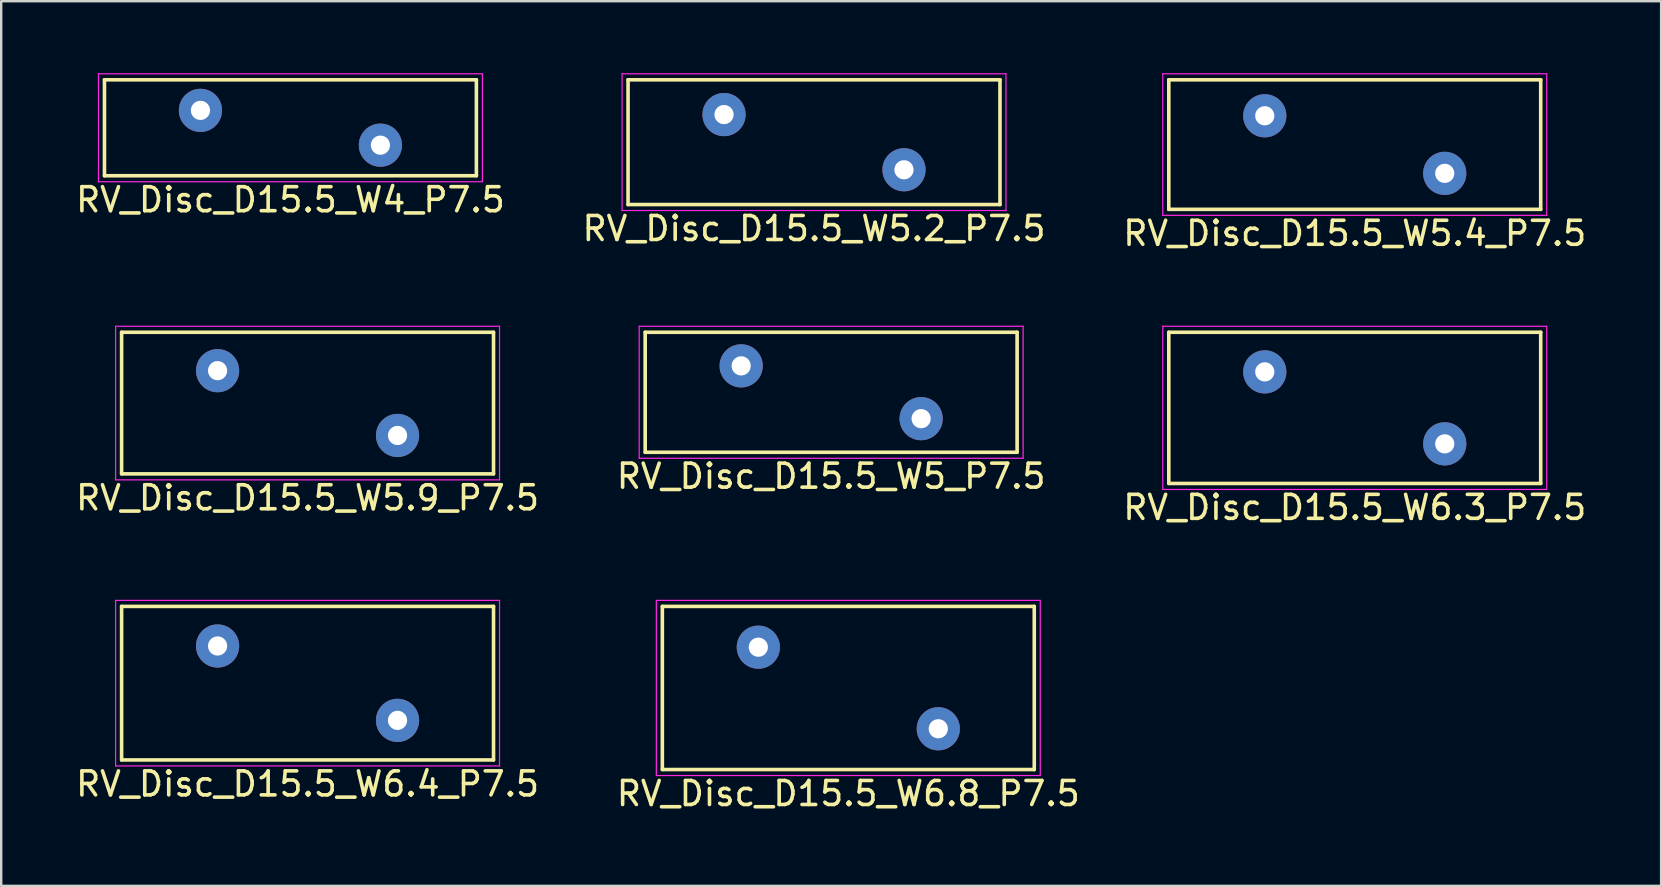
<source format=kicad_pcb>
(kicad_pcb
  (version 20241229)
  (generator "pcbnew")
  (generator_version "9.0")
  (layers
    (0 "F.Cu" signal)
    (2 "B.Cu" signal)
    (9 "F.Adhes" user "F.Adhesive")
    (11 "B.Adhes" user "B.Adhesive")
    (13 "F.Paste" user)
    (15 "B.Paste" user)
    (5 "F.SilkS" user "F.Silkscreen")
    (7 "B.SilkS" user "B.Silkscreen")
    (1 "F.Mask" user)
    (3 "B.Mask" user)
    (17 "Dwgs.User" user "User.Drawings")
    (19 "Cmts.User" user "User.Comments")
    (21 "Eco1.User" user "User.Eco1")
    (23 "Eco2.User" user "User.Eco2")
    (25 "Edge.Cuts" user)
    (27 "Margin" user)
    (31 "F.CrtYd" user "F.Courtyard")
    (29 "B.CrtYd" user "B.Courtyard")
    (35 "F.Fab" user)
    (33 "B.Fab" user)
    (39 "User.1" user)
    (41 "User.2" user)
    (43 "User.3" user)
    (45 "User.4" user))
  (footprint "RV_Disc_D15.5_W5_P7.5"
    (layer "F.Cu")
    (at 27.839 12.198)
    (property "Reference" "RV_Disc_D15.5_W5_P7.5" (at 3.75 4.6 0) (layer "F.SilkS") (effects (font (size 1 1) (thickness 0.15))))
    (attr through_hole)
    (fp_line (start -4 -1.4) (end -4 3.6) (stroke (width 0.15) (type solid)) (layer "F.SilkS"))
    (fp_line (start -4 -1.4) (end 11.5 -1.4) (stroke (width 0.15) (type solid)) (layer "F.SilkS"))
    (fp_line (start -4 3.6) (end 11.5 3.6) (stroke (width 0.15) (type solid)) (layer "F.SilkS"))
    (fp_line (start 11.5 -1.4) (end 11.5 3.6) (stroke (width 0.15) (type solid)) (layer "F.SilkS"))
    (fp_line (start -4.25 -1.65) (end -4.25 3.85) (stroke (width 0.05) (type solid)) (layer "F.CrtYd"))
    (fp_line (start -4.25 -1.65) (end 11.75 -1.65) (stroke (width 0.05) (type solid)) (layer "F.CrtYd"))
    (fp_line (start -4.25 3.85) (end 11.75 3.85) (stroke (width 0.05) (type solid)) (layer "F.CrtYd"))
    (fp_line (start 11.75 -1.65) (end 11.75 3.85) (stroke (width 0.05) (type solid)) (layer "F.CrtYd"))
    (pad "1" thru_hole circle (at 0 0) (size 1.8 1.8) (drill 0.8) (layers "*.Cu" "*.Mask"))
    (pad "2" thru_hole circle (at 7.5 2.2) (size 1.8 1.8) (drill 0.8) (layers "*.Cu" "*.Mask")))
  (footprint "RV_Disc_D15.5_W5.9_P7.5"
    (layer "F.Cu")
    (at 6.018 12.398)
    (property "Reference" "RV_Disc_D15.5_W5.9_P7.5" (at 3.75 5.3 0) (layer "F.SilkS") (effects (font (size 1 1) (thickness 0.15))))
    (attr through_hole)
    (fp_line (start -4 -1.6) (end -4 4.3) (stroke (width 0.15) (type solid)) (layer "F.SilkS"))
    (fp_line (start -4 -1.6) (end 11.5 -1.6) (stroke (width 0.15) (type solid)) (layer "F.SilkS"))
    (fp_line (start -4 4.3) (end 11.5 4.3) (stroke (width 0.15) (type solid)) (layer "F.SilkS"))
    (fp_line (start 11.5 -1.6) (end 11.5 4.3) (stroke (width 0.15) (type solid)) (layer "F.SilkS"))
    (fp_line (start -4.25 -1.85) (end -4.25 4.55) (stroke (width 0.05) (type solid)) (layer "F.CrtYd"))
    (fp_line (start -4.25 -1.85) (end 11.75 -1.85) (stroke (width 0.05) (type solid)) (layer "F.CrtYd"))
    (fp_line (start -4.25 4.55) (end 11.75 4.55) (stroke (width 0.05) (type solid)) (layer "F.CrtYd"))
    (fp_line (start 11.75 -1.85) (end 11.75 4.55) (stroke (width 0.05) (type solid)) (layer "F.CrtYd"))
    (pad "1" thru_hole circle (at 0 0) (size 1.8 1.8) (drill 0.8) (layers "*.Cu" "*.Mask"))
    (pad "2" thru_hole circle (at 7.5 2.7) (size 1.8 1.8) (drill 0.8) (layers "*.Cu" "*.Mask")))
  (footprint "RV_Disc_D15.5_W5.2_P7.5"
    (layer "F.Cu")
    (at 27.125 1.725)
    (property "Reference" "RV_Disc_D15.5_W5.2_P7.5" (at 3.75 4.75 0) (layer "F.SilkS") (effects (font (size 1 1) (thickness 0.15))))
    (attr through_hole)
    (fp_line (start -4 -1.45) (end -4 3.75) (stroke (width 0.15) (type solid)) (layer "F.SilkS"))
    (fp_line (start -4 -1.45) (end 11.5 -1.45) (stroke (width 0.15) (type solid)) (layer "F.SilkS"))
    (fp_line (start -4 3.75) (end 11.5 3.75) (stroke (width 0.15) (type solid)) (layer "F.SilkS"))
    (fp_line (start 11.5 -1.45) (end 11.5 3.75) (stroke (width 0.15) (type solid)) (layer "F.SilkS"))
    (fp_line (start -4.25 -1.7) (end -4.25 4) (stroke (width 0.05) (type solid)) (layer "F.CrtYd"))
    (fp_line (start -4.25 -1.7) (end 11.75 -1.7) (stroke (width 0.05) (type solid)) (layer "F.CrtYd"))
    (fp_line (start -4.25 4) (end 11.75 4) (stroke (width 0.05) (type solid)) (layer "F.CrtYd"))
    (fp_line (start 11.75 -1.7) (end 11.75 4) (stroke (width 0.05) (type solid)) (layer "F.CrtYd"))
    (pad "1" thru_hole circle (at 0 0) (size 1.8 1.8) (drill 0.8) (layers "*.Cu" "*.Mask"))
    (pad "2" thru_hole circle (at 7.5 2.3) (size 1.8 1.8) (drill 0.8) (layers "*.Cu" "*.Mask")))
  (footprint "RV_Disc_D15.5_W4_P7.5"
    (layer "F.Cu")
    (at 5.304 1.55)
    (property "Reference" "RV_Disc_D15.5_W4_P7.5" (at 3.75 3.725 0) (layer "F.SilkS") (effects (font (size 1 1) (thickness 0.15))))
    (attr through_hole)
    (fp_line (start -4 -1.275) (end -4 2.725) (stroke (width 0.15) (type solid)) (layer "F.SilkS"))
    (fp_line (start -4 -1.275) (end 11.5 -1.275) (stroke (width 0.15) (type solid)) (layer "F.SilkS"))
    (fp_line (start -4 2.725) (end 11.5 2.725) (stroke (width 0.15) (type solid)) (layer "F.SilkS"))
    (fp_line (start 11.5 -1.275) (end 11.5 2.725) (stroke (width 0.15) (type solid)) (layer "F.SilkS"))
    (fp_line (start -4.25 -1.525) (end -4.25 2.975) (stroke (width 0.05) (type solid)) (layer "F.CrtYd"))
    (fp_line (start -4.25 -1.525) (end 11.75 -1.525) (stroke (width 0.05) (type solid)) (layer "F.CrtYd"))
    (fp_line (start -4.25 2.975) (end 11.75 2.975) (stroke (width 0.05) (type solid)) (layer "F.CrtYd"))
    (fp_line (start 11.75 -1.525) (end 11.75 2.975) (stroke (width 0.05) (type solid)) (layer "F.CrtYd"))
    (pad "1" thru_hole circle (at 0 0) (size 1.8 1.8) (drill 0.8) (layers "*.Cu" "*.Mask"))
    (pad "2" thru_hole circle (at 7.5 1.45) (size 1.8 1.8) (drill 0.8) (layers "*.Cu" "*.Mask")))
  (footprint "RV_Disc_D15.5_W6.4_P7.5"
    (layer "F.Cu")
    (at 6.018 23.872)
    (property "Reference" "RV_Disc_D15.5_W6.4_P7.5" (at 3.75 5.75 0) (layer "F.SilkS") (effects (font (size 1 1) (thickness 0.15))))
    (attr through_hole)
    (fp_line (start -4 -1.65) (end -4 4.75) (stroke (width 0.15) (type solid)) (layer "F.SilkS"))
    (fp_line (start -4 -1.65) (end 11.5 -1.65) (stroke (width 0.15) (type solid)) (layer "F.SilkS"))
    (fp_line (start -4 4.75) (end 11.5 4.75) (stroke (width 0.15) (type solid)) (layer "F.SilkS"))
    (fp_line (start 11.5 -1.65) (end 11.5 4.75) (stroke (width 0.15) (type solid)) (layer "F.SilkS"))
    (fp_line (start -4.25 -1.9) (end -4.25 5) (stroke (width 0.05) (type solid)) (layer "F.CrtYd"))
    (fp_line (start -4.25 -1.9) (end 11.75 -1.9) (stroke (width 0.05) (type solid)) (layer "F.CrtYd"))
    (fp_line (start -4.25 5) (end 11.75 5) (stroke (width 0.05) (type solid)) (layer "F.CrtYd"))
    (fp_line (start 11.75 -1.9) (end 11.75 5) (stroke (width 0.05) (type solid)) (layer "F.CrtYd"))
    (pad "1" thru_hole circle (at 0 0) (size 1.8 1.8) (drill 0.8) (layers "*.Cu" "*.Mask"))
    (pad "2" thru_hole circle (at 7.5 3.1) (size 1.8 1.8) (drill 0.8) (layers "*.Cu" "*.Mask")))
  (footprint "RV_Disc_D15.5_W6.3_P7.5"
    (layer "F.Cu")
    (at 49.661 12.448)
    (property "Reference" "RV_Disc_D15.5_W6.3_P7.5" (at 3.75 5.65 0) (layer "F.SilkS") (effects (font (size 1 1) (thickness 0.15))))
    (attr through_hole)
    (fp_line (start -4 -1.65) (end -4 4.65) (stroke (width 0.15) (type solid)) (layer "F.SilkS"))
    (fp_line (start -4 -1.65) (end 11.5 -1.65) (stroke (width 0.15) (type solid)) (layer "F.SilkS"))
    (fp_line (start -4 4.65) (end 11.5 4.65) (stroke (width 0.15) (type solid)) (layer "F.SilkS"))
    (fp_line (start 11.5 -1.65) (end 11.5 4.65) (stroke (width 0.15) (type solid)) (layer "F.SilkS"))
    (fp_line (start -4.25 -1.9) (end -4.25 4.9) (stroke (width 0.05) (type solid)) (layer "F.CrtYd"))
    (fp_line (start -4.25 -1.9) (end 11.75 -1.9) (stroke (width 0.05) (type solid)) (layer "F.CrtYd"))
    (fp_line (start -4.25 4.9) (end 11.75 4.9) (stroke (width 0.05) (type solid)) (layer "F.CrtYd"))
    (fp_line (start 11.75 -1.9) (end 11.75 4.9) (stroke (width 0.05) (type solid)) (layer "F.CrtYd"))
    (pad "1" thru_hole circle (at 0 0) (size 1.8 1.8) (drill 0.8) (layers "*.Cu" "*.Mask"))
    (pad "2" thru_hole circle (at 7.5 3) (size 1.8 1.8) (drill 0.8) (layers "*.Cu" "*.Mask")))
  (footprint "RV_Disc_D15.5_W6.8_P7.5"
    (layer "F.Cu")
    (at 28.554 23.922)
    (property "Reference" "RV_Disc_D15.5_W6.8_P7.5" (at 3.75 6.1 0) (layer "F.SilkS") (effects (font (size 1 1) (thickness 0.15))))
    (attr through_hole)
    (fp_line (start -4 -1.7) (end -4 5.1) (stroke (width 0.15) (type solid)) (layer "F.SilkS"))
    (fp_line (start -4 -1.7) (end 11.5 -1.7) (stroke (width 0.15) (type solid)) (layer "F.SilkS"))
    (fp_line (start -4 5.1) (end 11.5 5.1) (stroke (width 0.15) (type solid)) (layer "F.SilkS"))
    (fp_line (start 11.5 -1.7) (end 11.5 5.1) (stroke (width 0.15) (type solid)) (layer "F.SilkS"))
    (fp_line (start -4.25 -1.95) (end -4.25 5.35) (stroke (width 0.05) (type solid)) (layer "F.CrtYd"))
    (fp_line (start -4.25 -1.95) (end 11.75 -1.95) (stroke (width 0.05) (type solid)) (layer "F.CrtYd"))
    (fp_line (start -4.25 5.35) (end 11.75 5.35) (stroke (width 0.05) (type solid)) (layer "F.CrtYd"))
    (fp_line (start 11.75 -1.95) (end 11.75 5.35) (stroke (width 0.05) (type solid)) (layer "F.CrtYd"))
    (pad "1" thru_hole circle (at 0 0) (size 1.8 1.8) (drill 0.8) (layers "*.Cu" "*.Mask"))
    (pad "2" thru_hole circle (at 7.5 3.4) (size 1.8 1.8) (drill 0.8) (layers "*.Cu" "*.Mask")))
  (footprint "RV_Disc_D15.5_W5.4_P7.5"
    (layer "F.Cu")
    (at 49.661 1.775)
    (property "Reference" "RV_Disc_D15.5_W5.4_P7.5" (at 3.75 4.9 0) (layer "F.SilkS") (effects (font (size 1 1) (thickness 0.15))))
    (attr through_hole)
    (fp_line (start -4 -1.5) (end -4 3.9) (stroke (width 0.15) (type solid)) (layer "F.SilkS"))
    (fp_line (start -4 -1.5) (end 11.5 -1.5) (stroke (width 0.15) (type solid)) (layer "F.SilkS"))
    (fp_line (start -4 3.9) (end 11.5 3.9) (stroke (width 0.15) (type solid)) (layer "F.SilkS"))
    (fp_line (start 11.5 -1.5) (end 11.5 3.9) (stroke (width 0.15) (type solid)) (layer "F.SilkS"))
    (fp_line (start -4.25 -1.75) (end -4.25 4.15) (stroke (width 0.05) (type solid)) (layer "F.CrtYd"))
    (fp_line (start -4.25 -1.75) (end 11.75 -1.75) (stroke (width 0.05) (type solid)) (layer "F.CrtYd"))
    (fp_line (start -4.25 4.15) (end 11.75 4.15) (stroke (width 0.05) (type solid)) (layer "F.CrtYd"))
    (fp_line (start 11.75 -1.75) (end 11.75 4.15) (stroke (width 0.05) (type solid)) (layer "F.CrtYd"))
    (pad "1" thru_hole circle (at 0 0) (size 1.8 1.8) (drill 0.8) (layers "*.Cu" "*.Mask"))
    (pad "2" thru_hole circle (at 7.5 2.4) (size 1.8 1.8) (drill 0.8) (layers "*.Cu" "*.Mask")))
  (gr_rect
    (start -3 -3)
    (end 66.179 33.87)
    (stroke (width 0.1) (type default))
    (fill no)
    (layer "Edge.Cuts")))
</source>
